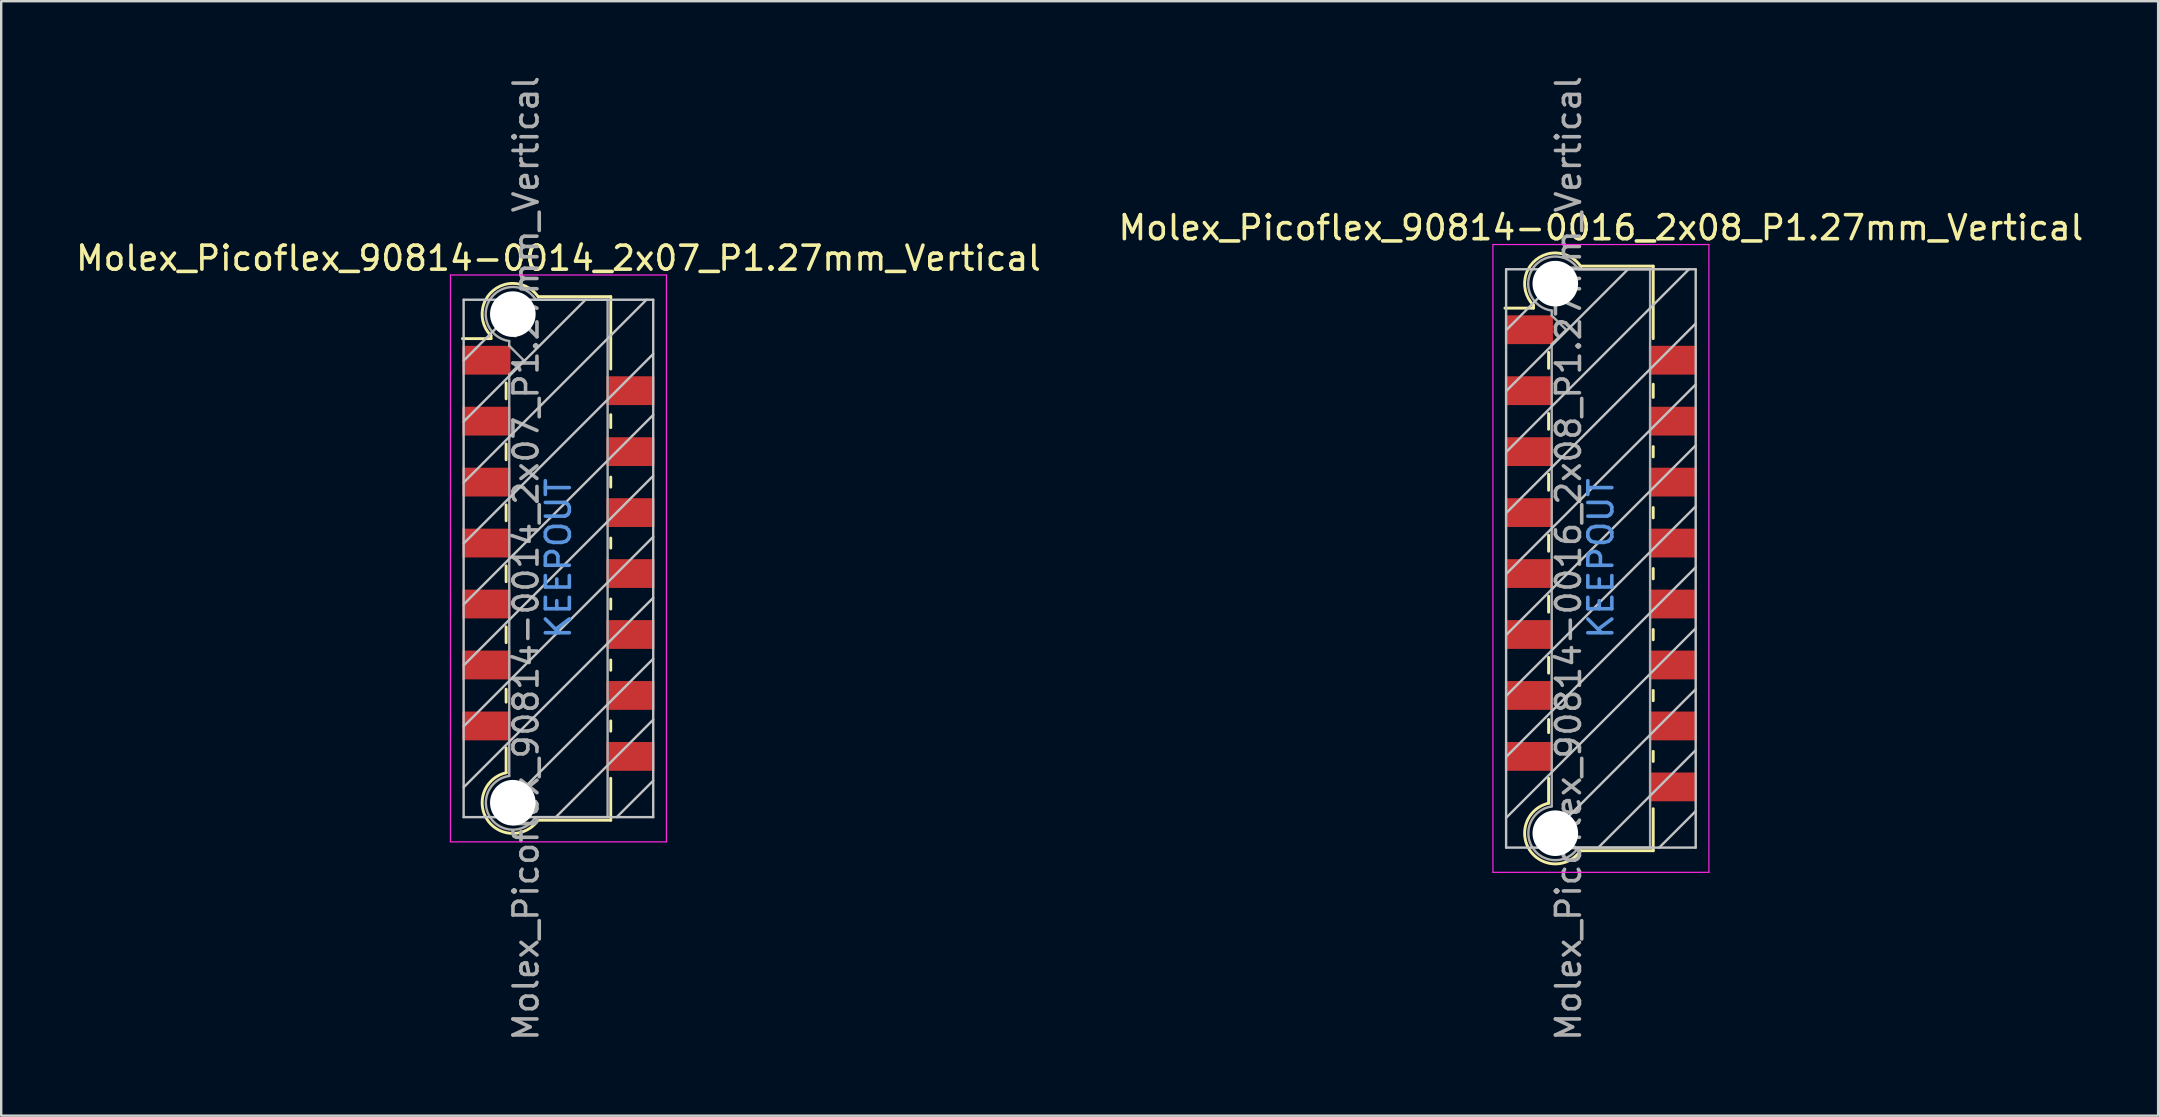
<source format=kicad_pcb>
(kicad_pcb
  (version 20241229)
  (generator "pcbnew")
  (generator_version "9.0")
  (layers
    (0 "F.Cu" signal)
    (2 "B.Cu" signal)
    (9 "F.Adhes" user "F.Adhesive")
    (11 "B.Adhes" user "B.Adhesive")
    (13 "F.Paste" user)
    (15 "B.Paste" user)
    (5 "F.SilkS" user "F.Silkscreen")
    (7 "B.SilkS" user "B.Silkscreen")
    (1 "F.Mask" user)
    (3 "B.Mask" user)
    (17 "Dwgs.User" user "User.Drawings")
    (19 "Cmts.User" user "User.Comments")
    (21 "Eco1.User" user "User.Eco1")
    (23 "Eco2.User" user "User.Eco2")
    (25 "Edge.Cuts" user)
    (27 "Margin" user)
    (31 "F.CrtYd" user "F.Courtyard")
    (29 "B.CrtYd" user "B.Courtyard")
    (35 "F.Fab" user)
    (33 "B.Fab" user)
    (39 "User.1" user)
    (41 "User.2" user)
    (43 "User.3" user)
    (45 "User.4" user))
  (footprint "Molex_Picoflex_90814-0014_2x07_P1.27mm_Vertical"
    (layer "F.Cu")
    (at 20.22 20.22)
    (property "Reference" "Molex_Picoflex_90814-0014_2x07_P1.27mm_Vertical" (at 0 -12.51 0) (layer "F.SilkS") (effects (font (size 1 1) (thickness 0.15))))
    (attr smd)
    (fp_line (start -2.81 -9.28) (end -2.81 -9.16) (stroke (width 0.12) (type solid)) (layer "F.SilkS"))
    (fp_line (start -2.81 -9.16) (end -4 -9.16) (stroke (width 0.12) (type solid)) (layer "F.SilkS"))
    (fp_line (start -2.18 -6.65) (end -2.18 -7.31) (stroke (width 0.12) (type solid)) (layer "F.SilkS"))
    (fp_line (start -2.18 -4.11) (end -2.18 -4.77) (stroke (width 0.12) (type solid)) (layer "F.SilkS"))
    (fp_line (start -2.18 -1.57) (end -2.18 -2.23) (stroke (width 0.12) (type solid)) (layer "F.SilkS"))
    (fp_line (start -2.18 0.97) (end -2.18 0.31) (stroke (width 0.12) (type solid)) (layer "F.SilkS"))
    (fp_line (start -2.18 3.51) (end -2.18 2.85) (stroke (width 0.12) (type solid)) (layer "F.SilkS"))
    (fp_line (start -2.18 5.99) (end -2.18 5.45) (stroke (width 0.12) (type solid)) (layer "F.SilkS"))
    (fp_line (start -2.18 8.93) (end -2.18 7.89) (stroke (width 0.12) (type solid)) (layer "F.SilkS"))
    (fp_line (start 2.18 -10.91) (end -0.82 -10.91) (stroke (width 0.12) (type solid)) (layer "F.SilkS"))
    (fp_line (start 2.18 -10.91) (end 2.18 -7.89) (stroke (width 0.12) (type solid)) (layer "F.SilkS"))
    (fp_line (start 2.18 -5.99) (end 2.18 -5.45) (stroke (width 0.12) (type solid)) (layer "F.SilkS"))
    (fp_line (start 2.18 -3.39) (end 2.18 -2.97) (stroke (width 0.12) (type solid)) (layer "F.SilkS"))
    (fp_line (start 2.18 -0.85) (end 2.18 -0.43) (stroke (width 0.12) (type solid)) (layer "F.SilkS"))
    (fp_line (start 2.18 1.69) (end 2.18 2.11) (stroke (width 0.12) (type solid)) (layer "F.SilkS"))
    (fp_line (start 2.18 4.23) (end 2.18 4.66) (stroke (width 0.12) (type solid)) (layer "F.SilkS"))
    (fp_line (start 2.18 6.77) (end 2.18 7.2) (stroke (width 0.12) (type solid)) (layer "F.SilkS"))
    (fp_line (start 2.18 9.16) (end 2.18 10.91) (stroke (width 0.12) (type solid)) (layer "F.SilkS"))
    (fp_line (start 2.18 10.91) (end -0.85 10.91) (stroke (width 0.12) (type solid)) (layer "F.SilkS"))
    (fp_arc (start -2.81 -9.28) (mid -2.708637 -11.172072) (end -0.834991 -10.889828) (stroke (width 0.12) (type solid)) (layer "F.SilkS"))
    (fp_arc (start -0.85 10.91) (mid -2.962791 10.891248) (end -2.174424 8.930964) (stroke (width 0.12) (type solid)) (layer "F.SilkS"))
    (fp_line (start -3.95 -10.78) (end -3.95 10.78) (stroke (width 0.1) (type solid)) (layer "Dwgs.User"))
    (fp_line (start -3.95 -8.24) (end -1.41 -10.78) (stroke (width 0.1) (type solid)) (layer "Dwgs.User"))
    (fp_line (start -3.95 -5.7) (end 1.13 -10.78) (stroke (width 0.1) (type solid)) (layer "Dwgs.User"))
    (fp_line (start -3.95 -3.16) (end 3.67 -10.78) (stroke (width 0.1) (type solid)) (layer "Dwgs.User"))
    (fp_line (start -3.95 -0.62) (end 3.95 -8.52) (stroke (width 0.1) (type solid)) (layer "Dwgs.User"))
    (fp_line (start -3.95 1.92) (end 3.95 -5.98) (stroke (width 0.1) (type solid)) (layer "Dwgs.User"))
    (fp_line (start -3.95 4.46) (end 3.95 -3.44) (stroke (width 0.1) (type solid)) (layer "Dwgs.User"))
    (fp_line (start -3.95 7) (end 3.95 -0.9) (stroke (width 0.1) (type solid)) (layer "Dwgs.User"))
    (fp_line (start -3.95 9.54) (end 3.95 1.64) (stroke (width 0.1) (type solid)) (layer "Dwgs.User"))
    (fp_line (start -3.95 10.78) (end 3.95 10.78) (stroke (width 0.1) (type solid)) (layer "Dwgs.User"))
    (fp_line (start -2.65 10.78) (end 3.95 4.18) (stroke (width 0.1) (type solid)) (layer "Dwgs.User"))
    (fp_line (start -0.11 10.78) (end 3.95 6.72) (stroke (width 0.1) (type solid)) (layer "Dwgs.User"))
    (fp_line (start 2.43 10.78) (end 3.95 9.26) (stroke (width 0.1) (type solid)) (layer "Dwgs.User"))
    (fp_line (start 3.95 -10.78) (end -3.95 -10.78) (stroke (width 0.1) (type solid)) (layer "Dwgs.User"))
    (fp_line (start 3.95 10.78) (end 3.95 -10.78) (stroke (width 0.1) (type solid)) (layer "Dwgs.User"))
    (fp_line (start -4.5 -11.81) (end -4.5 11.81) (stroke (width 0.05) (type solid)) (layer "F.CrtYd"))
    (fp_line (start -4.5 11.81) (end 4.5 11.81) (stroke (width 0.05) (type solid)) (layer "F.CrtYd"))
    (fp_line (start 4.5 -11.81) (end -4.5 -11.81) (stroke (width 0.05) (type solid)) (layer "F.CrtYd"))
    (fp_line (start 4.5 11.81) (end 4.5 -11.81) (stroke (width 0.05) (type solid)) (layer "F.CrtYd"))
    (fp_line (start -2.05 -8.86) (end -2.05 -9.06) (stroke (width 0.1) (type solid)) (layer "F.Fab"))
    (fp_line (start -2.05 -7.66) (end -1.45 -8.26) (stroke (width 0.1) (type solid)) (layer "F.Fab"))
    (fp_line (start -2.05 9.06) (end -2.05 -7.66) (stroke (width 0.1) (type solid)) (layer "F.Fab"))
    (fp_line (start -1.45 -8.26) (end -2.05 -8.86) (stroke (width 0.1) (type solid)) (layer "F.Fab"))
    (fp_line (start 2.05 -10.78) (end -0.93 -10.78) (stroke (width 0.1) (type solid)) (layer "F.Fab"))
    (fp_line (start 2.05 -10.78) (end 2.05 10.78) (stroke (width 0.1) (type solid)) (layer "F.Fab"))
    (fp_line (start 2.05 10.78) (end -0.95 10.78) (stroke (width 0.1) (type solid)) (layer "F.Fab"))
    (fp_arc (start -2.05 -9.06) (mid -2.851672 -10.789279) (end -0.945612 -10.785015) (stroke (width 0.1) (type solid)) (layer "F.Fab"))
    (fp_arc (start -0.95 10.78) (mid -2.845272 10.787422) (end -2.051022 9.066585) (stroke (width 0.1) (type solid)) (layer "F.Fab"))
    (fp_text user "KEEPOUT" (at 0 0 90) (layer "Cmts.User") (effects (font (size 1 1) (thickness 0.15))))
    (fp_text user "${REFERENCE}" (at -1.35 0 90) (layer "F.Fab") (effects (font (size 1 1) (thickness 0.15))))
    (pad "" np_thru_hole circle (at -1.9 -10.18) (size 1.9 1.9) (drill 1.9) (layers "*.Cu" "*.Mask"))
    (pad "" np_thru_hole circle (at -1.9 10.18) (size 1.9 1.9) (drill 1.9) (layers "*.Cu" "*.Mask"))
    (pad "1" smd rect (at -3 -8.26) (size 2 1.2) (layers "F.Cu" "F.Mask" "F.Paste"))
    (pad "2" smd rect (at 3 -6.99) (size 2 1.2) (layers "F.Cu" "F.Mask" "F.Paste"))
    (pad "3" smd rect (at -3 -5.72) (size 2 1.2) (layers "F.Cu" "F.Mask" "F.Paste"))
    (pad "4" smd rect (at 3 -4.45) (size 2 1.2) (layers "F.Cu" "F.Mask" "F.Paste"))
    (pad "5" smd rect (at -3 -3.18) (size 2 1.2) (layers "F.Cu" "F.Mask" "F.Paste"))
    (pad "6" smd rect (at 3 -1.91) (size 2 1.2) (layers "F.Cu" "F.Mask" "F.Paste"))
    (pad "7" smd rect (at -3 -0.64) (size 2 1.2) (layers "F.Cu" "F.Mask" "F.Paste"))
    (pad "8" smd rect (at 3 0.63) (size 2 1.2) (layers "F.Cu" "F.Mask" "F.Paste"))
    (pad "9" smd rect (at -3 1.9) (size 2 1.2) (layers "F.Cu" "F.Mask" "F.Paste"))
    (pad "10" smd rect (at 3 3.17) (size 2 1.2) (layers "F.Cu" "F.Mask" "F.Paste"))
    (pad "11" smd rect (at -3 4.44) (size 2 1.2) (layers "F.Cu" "F.Mask" "F.Paste"))
    (pad "12" smd rect (at 3 5.71) (size 2 1.2) (layers "F.Cu" "F.Mask" "F.Paste"))
    (pad "13" smd rect (at -3 6.98) (size 2 1.2) (layers "F.Cu" "F.Mask" "F.Paste"))
    (pad "14" smd rect (at 3 8.25) (size 2 1.2) (layers "F.Cu" "F.Mask" "F.Paste")))
  (footprint "Molex_Picoflex_90814-0016_2x08_P1.27mm_Vertical"
    (layer "F.Cu")
    (at 63.661 20.22)
    (property "Reference" "Molex_Picoflex_90814-0016_2x08_P1.27mm_Vertical" (at 0 -13.78 0) (layer "F.SilkS") (effects (font (size 1 1) (thickness 0.15))))
    (attr smd)
    (fp_line (start -2.81 -10.55) (end -2.81 -10.43) (stroke (width 0.12) (type solid)) (layer "F.SilkS"))
    (fp_line (start -2.81 -10.43) (end -4 -10.43) (stroke (width 0.12) (type solid)) (layer "F.SilkS"))
    (fp_line (start -2.18 -7.92) (end -2.18 -8.59) (stroke (width 0.12) (type solid)) (layer "F.SilkS"))
    (fp_line (start -2.18 -5.38) (end -2.18 -6.04) (stroke (width 0.12) (type solid)) (layer "F.SilkS"))
    (fp_line (start -2.18 -2.84) (end -2.18 -3.51) (stroke (width 0.12) (type solid)) (layer "F.SilkS"))
    (fp_line (start -2.18 -0.3) (end -2.18 -0.97) (stroke (width 0.12) (type solid)) (layer "F.SilkS"))
    (fp_line (start -2.18 2.24) (end -2.18 1.57) (stroke (width 0.12) (type solid)) (layer "F.SilkS"))
    (fp_line (start -2.18 4.78) (end -2.18 4.12) (stroke (width 0.12) (type solid)) (layer "F.SilkS"))
    (fp_line (start -2.18 7.26) (end -2.18 6.71) (stroke (width 0.12) (type solid)) (layer "F.SilkS"))
    (fp_line (start -2.18 10.2) (end -2.18 9.16) (stroke (width 0.12) (type solid)) (layer "F.SilkS"))
    (fp_line (start 2.18 -12.18) (end -0.82 -12.18) (stroke (width 0.12) (type solid)) (layer "F.SilkS"))
    (fp_line (start 2.18 -12.18) (end 2.18 -9.16) (stroke (width 0.12) (type solid)) (layer "F.SilkS"))
    (fp_line (start 2.18 -7.26) (end 2.18 -6.71) (stroke (width 0.12) (type solid)) (layer "F.SilkS"))
    (fp_line (start 2.18 -4.66) (end 2.18 -4.23) (stroke (width 0.12) (type solid)) (layer "F.SilkS"))
    (fp_line (start 2.18 -2.12) (end 2.18 -1.69) (stroke (width 0.12) (type solid)) (layer "F.SilkS"))
    (fp_line (start 2.18 0.42) (end 2.18 0.85) (stroke (width 0.12) (type solid)) (layer "F.SilkS"))
    (fp_line (start 2.18 2.96) (end 2.18 3.39) (stroke (width 0.12) (type solid)) (layer "F.SilkS"))
    (fp_line (start 2.18 5.5) (end 2.18 5.93) (stroke (width 0.12) (type solid)) (layer "F.SilkS"))
    (fp_line (start 2.18 8.04) (end 2.18 8.46) (stroke (width 0.12) (type solid)) (layer "F.SilkS"))
    (fp_line (start 2.18 10.43) (end 2.18 12.18) (stroke (width 0.12) (type solid)) (layer "F.SilkS"))
    (fp_line (start 2.18 12.18) (end -0.85 12.18) (stroke (width 0.12) (type solid)) (layer "F.SilkS"))
    (fp_arc (start -2.81 -10.55) (mid -2.708637 -12.442072) (end -0.834991 -12.159828) (stroke (width 0.12) (type solid)) (layer "F.SilkS"))
    (fp_arc (start -0.85 12.18) (mid -2.962791 12.161248) (end -2.174424 10.200964) (stroke (width 0.12) (type solid)) (layer "F.SilkS"))
    (fp_line (start -3.95 -12.05) (end -3.95 12.05) (stroke (width 0.1) (type solid)) (layer "Dwgs.User"))
    (fp_line (start -3.95 -9.51) (end -1.41 -12.05) (stroke (width 0.1) (type solid)) (layer "Dwgs.User"))
    (fp_line (start -3.95 -6.97) (end 1.13 -12.05) (stroke (width 0.1) (type solid)) (layer "Dwgs.User"))
    (fp_line (start -3.95 -4.43) (end 3.67 -12.05) (stroke (width 0.1) (type solid)) (layer "Dwgs.User"))
    (fp_line (start -3.95 -1.89) (end 3.95 -9.79) (stroke (width 0.1) (type solid)) (layer "Dwgs.User"))
    (fp_line (start -3.95 0.65) (end 3.95 -7.25) (stroke (width 0.1) (type solid)) (layer "Dwgs.User"))
    (fp_line (start -3.95 3.19) (end 3.95 -4.71) (stroke (width 0.1) (type solid)) (layer "Dwgs.User"))
    (fp_line (start -3.95 5.73) (end 3.95 -2.17) (stroke (width 0.1) (type solid)) (layer "Dwgs.User"))
    (fp_line (start -3.95 8.27) (end 3.95 0.37) (stroke (width 0.1) (type solid)) (layer "Dwgs.User"))
    (fp_line (start -3.95 10.81) (end 3.95 2.91) (stroke (width 0.1) (type solid)) (layer "Dwgs.User"))
    (fp_line (start -3.95 12.05) (end 3.95 12.05) (stroke (width 0.1) (type solid)) (layer "Dwgs.User"))
    (fp_line (start -2.65 12.05) (end 3.95 5.45) (stroke (width 0.1) (type solid)) (layer "Dwgs.User"))
    (fp_line (start -0.11 12.05) (end 3.95 7.99) (stroke (width 0.1) (type solid)) (layer "Dwgs.User"))
    (fp_line (start 2.43 12.05) (end 3.95 10.53) (stroke (width 0.1) (type solid)) (layer "Dwgs.User"))
    (fp_line (start 3.95 -12.05) (end -3.95 -12.05) (stroke (width 0.1) (type solid)) (layer "Dwgs.User"))
    (fp_line (start 3.95 12.05) (end 3.95 -12.05) (stroke (width 0.1) (type solid)) (layer "Dwgs.User"))
    (fp_line (start -4.5 -13.08) (end -4.5 13.08) (stroke (width 0.05) (type solid)) (layer "F.CrtYd"))
    (fp_line (start -4.5 13.08) (end 4.5 13.08) (stroke (width 0.05) (type solid)) (layer "F.CrtYd"))
    (fp_line (start 4.5 -13.08) (end -4.5 -13.08) (stroke (width 0.05) (type solid)) (layer "F.CrtYd"))
    (fp_line (start 4.5 13.08) (end 4.5 -13.08) (stroke (width 0.05) (type solid)) (layer "F.CrtYd"))
    (fp_line (start -2.05 -10.12) (end -2.05 -10.33) (stroke (width 0.1) (type solid)) (layer "F.Fab"))
    (fp_line (start -2.05 -8.93) (end -1.45 -9.53) (stroke (width 0.1) (type solid)) (layer "F.Fab"))
    (fp_line (start -2.05 10.33) (end -2.05 -8.93) (stroke (width 0.1) (type solid)) (layer "F.Fab"))
    (fp_line (start -1.45 -9.53) (end -2.05 -10.12) (stroke (width 0.1) (type solid)) (layer "F.Fab"))
    (fp_line (start 2.05 -12.05) (end -0.93 -12.05) (stroke (width 0.1) (type solid)) (layer "F.Fab"))
    (fp_line (start 2.05 -12.05) (end 2.05 12.05) (stroke (width 0.1) (type solid)) (layer "F.Fab"))
    (fp_line (start 2.05 12.05) (end -0.95 12.05) (stroke (width 0.1) (type solid)) (layer "F.Fab"))
    (fp_arc (start -2.05 -10.33) (mid -2.851672 -12.059279) (end -0.945612 -12.055015) (stroke (width 0.1) (type solid)) (layer "F.Fab"))
    (fp_arc (start -0.95 12.05) (mid -2.845272 12.057422) (end -2.051022 10.336585) (stroke (width 0.1) (type solid)) (layer "F.Fab"))
    (fp_text user "KEEPOUT" (at 0 0 90) (layer "Cmts.User") (effects (font (size 1 1) (thickness 0.15))))
    (fp_text user "${REFERENCE}" (at -1.35 0 90) (layer "F.Fab") (effects (font (size 1 1) (thickness 0.15))))
    (pad "" np_thru_hole circle (at -1.9 -11.45) (size 1.9 1.9) (drill 1.9) (layers "*.Cu" "*.Mask"))
    (pad "" np_thru_hole circle (at -1.9 11.45) (size 1.9 1.9) (drill 1.9) (layers "*.Cu" "*.Mask"))
    (pad "1" smd rect (at -3 -9.53) (size 2 1.2) (layers "F.Cu" "F.Mask" "F.Paste"))
    (pad "2" smd rect (at 3 -8.26) (size 2 1.2) (layers "F.Cu" "F.Mask" "F.Paste"))
    (pad "3" smd rect (at -3 -6.99) (size 2 1.2) (layers "F.Cu" "F.Mask" "F.Paste"))
    (pad "4" smd rect (at 3 -5.72) (size 2 1.2) (layers "F.Cu" "F.Mask" "F.Paste"))
    (pad "5" smd rect (at -3 -4.45) (size 2 1.2) (layers "F.Cu" "F.Mask" "F.Paste"))
    (pad "6" smd rect (at 3 -3.18) (size 2 1.2) (layers "F.Cu" "F.Mask" "F.Paste"))
    (pad "7" smd rect (at -3 -1.91) (size 2 1.2) (layers "F.Cu" "F.Mask" "F.Paste"))
    (pad "8" smd rect (at 3 -0.64) (size 2 1.2) (layers "F.Cu" "F.Mask" "F.Paste"))
    (pad "9" smd rect (at -3 0.63) (size 2 1.2) (layers "F.Cu" "F.Mask" "F.Paste"))
    (pad "10" smd rect (at 3 1.9) (size 2 1.2) (layers "F.Cu" "F.Mask" "F.Paste"))
    (pad "11" smd rect (at -3 3.17) (size 2 1.2) (layers "F.Cu" "F.Mask" "F.Paste"))
    (pad "12" smd rect (at 3 4.44) (size 2 1.2) (layers "F.Cu" "F.Mask" "F.Paste"))
    (pad "13" smd rect (at -3 5.71) (size 2 1.2) (layers "F.Cu" "F.Mask" "F.Paste"))
    (pad "14" smd rect (at 3 6.98) (size 2 1.2) (layers "F.Cu" "F.Mask" "F.Paste"))
    (pad "15" smd rect (at -3 8.25) (size 2 1.2) (layers "F.Cu" "F.Mask" "F.Paste"))
    (pad "16" smd rect (at 3 9.52) (size 2 1.2) (layers "F.Cu" "F.Mask" "F.Paste")))
  (gr_rect
    (start -3 -3)
    (end 86.881 43.44)
    (stroke (width 0.1) (type default))
    (fill no)
    (layer "Edge.Cuts")))
</source>
